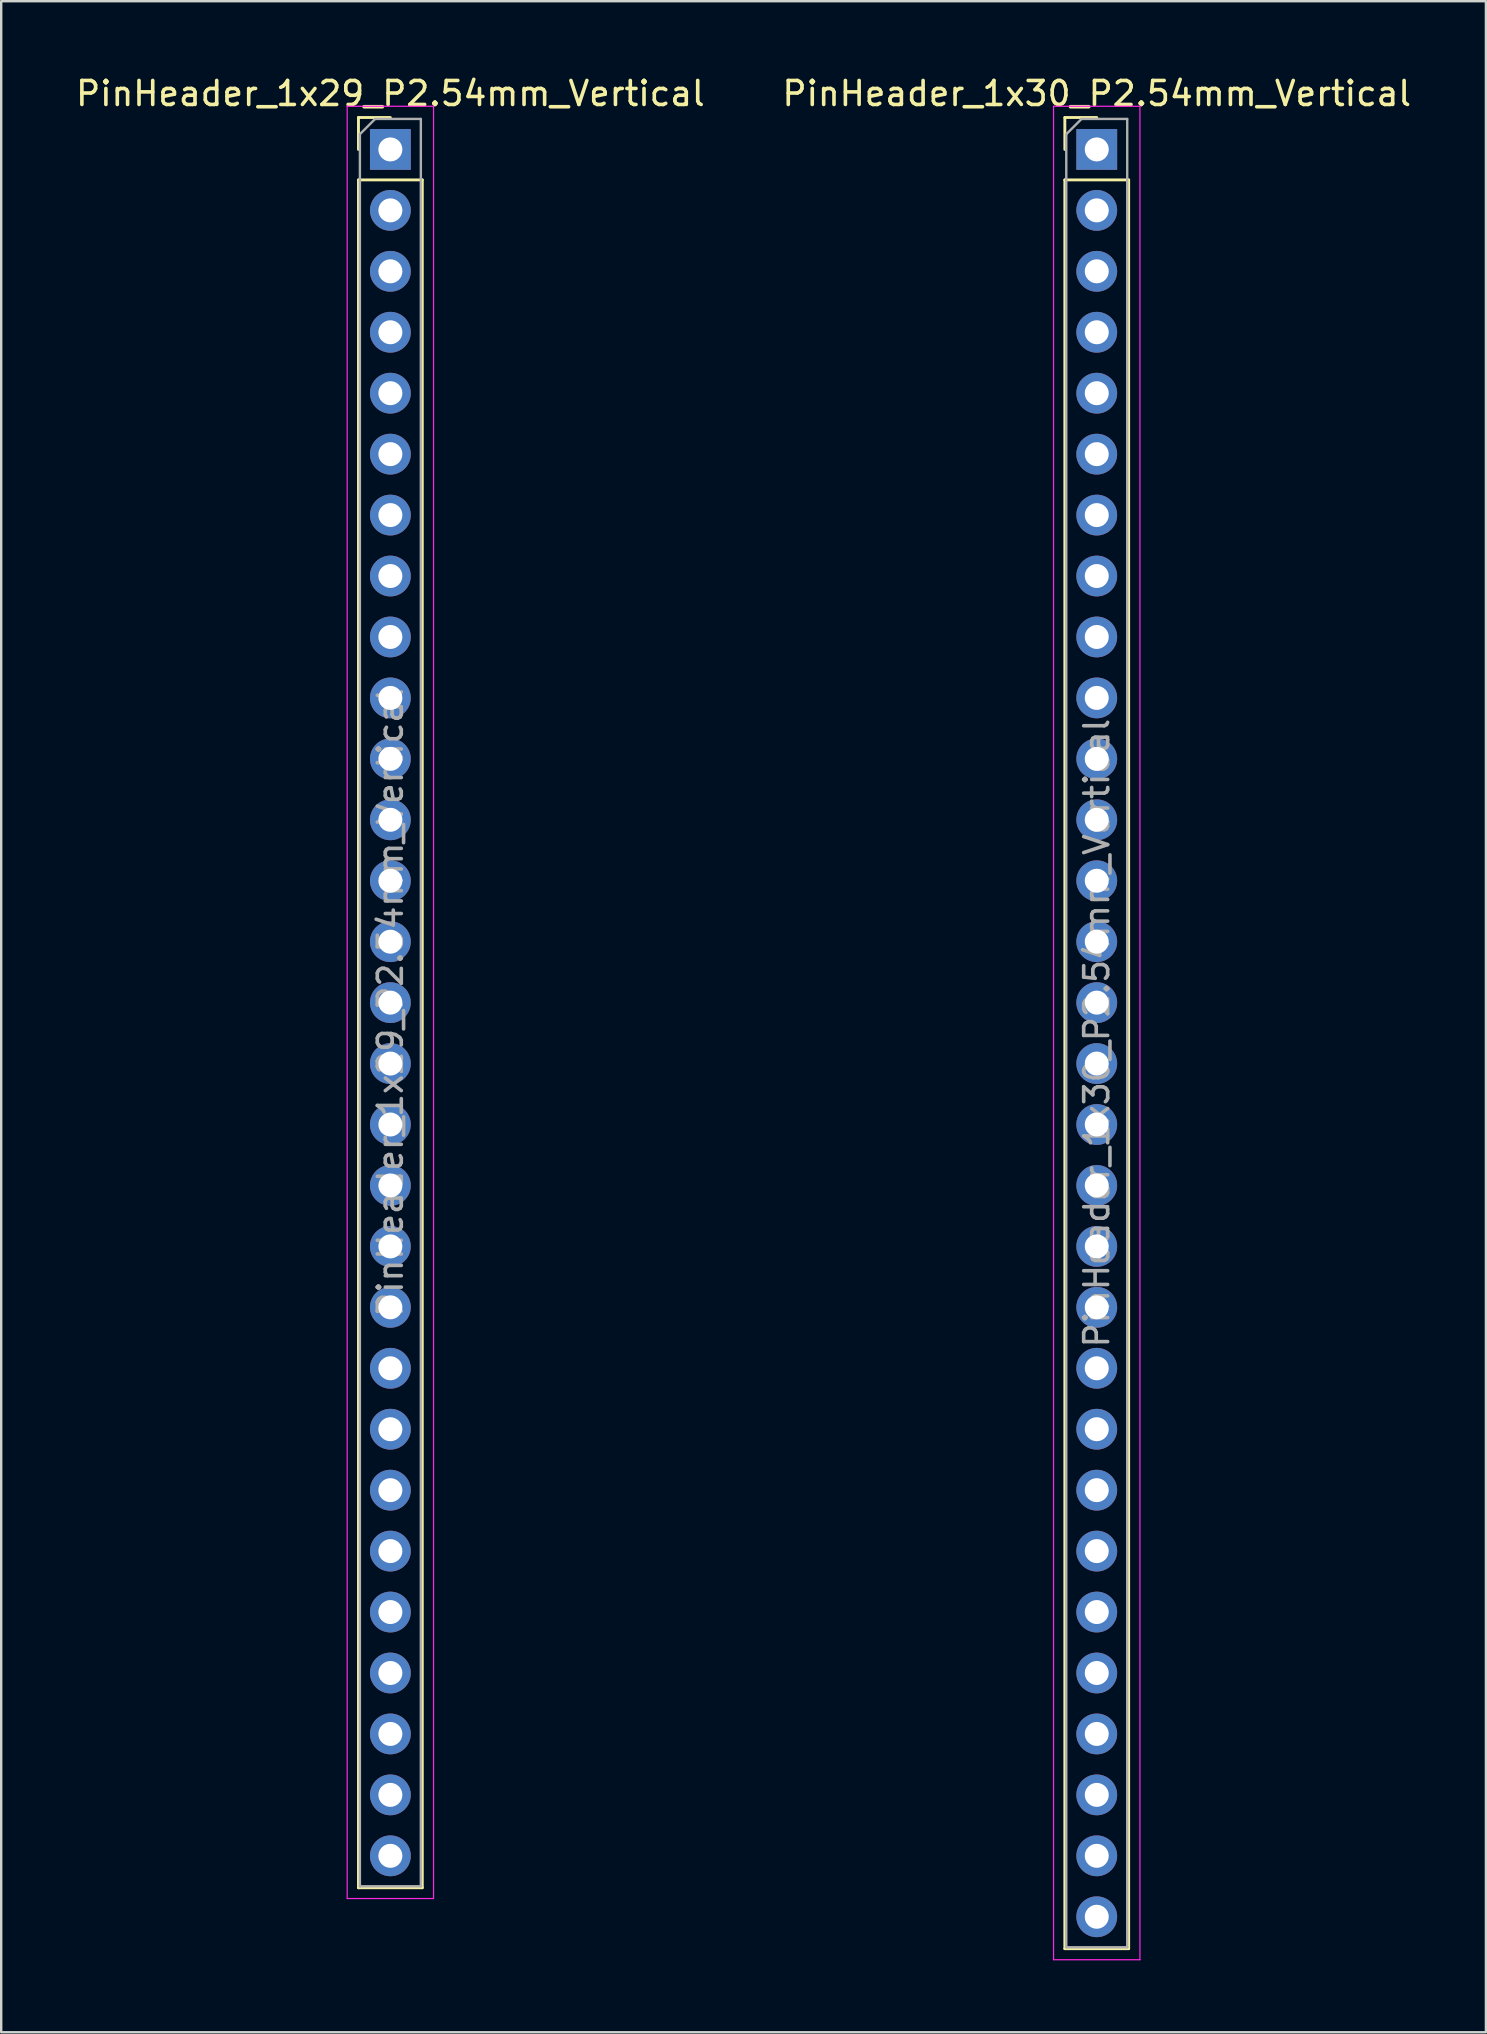
<source format=kicad_pcb>
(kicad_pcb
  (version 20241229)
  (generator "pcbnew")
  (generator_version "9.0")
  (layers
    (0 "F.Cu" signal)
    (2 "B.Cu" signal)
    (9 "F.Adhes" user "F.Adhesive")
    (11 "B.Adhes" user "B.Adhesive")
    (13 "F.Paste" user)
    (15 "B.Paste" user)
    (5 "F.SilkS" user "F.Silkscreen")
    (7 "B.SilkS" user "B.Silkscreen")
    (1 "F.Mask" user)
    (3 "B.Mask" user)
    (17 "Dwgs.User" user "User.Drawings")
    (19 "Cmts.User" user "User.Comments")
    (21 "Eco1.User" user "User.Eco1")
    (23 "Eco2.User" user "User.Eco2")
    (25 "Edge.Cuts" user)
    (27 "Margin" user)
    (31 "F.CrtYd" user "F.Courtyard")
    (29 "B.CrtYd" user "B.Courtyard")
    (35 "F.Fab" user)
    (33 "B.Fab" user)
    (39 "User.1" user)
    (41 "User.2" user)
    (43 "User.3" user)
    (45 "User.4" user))
  (footprint "PinHeader_1x30_P2.54mm_Vertical"
    (layer "F.Cu")
    (at 42.661 3.178)
    (property "Reference" "PinHeader_1x30_P2.54mm_Vertical" (at 0 -2.33 0) (layer "F.SilkS") (effects (font (size 1 1) (thickness 0.15))))
    (attr through_hole)
    (fp_line (start -1.33 -1.33) (end 0 -1.33) (stroke (width 0.12) (type solid)) (layer "F.SilkS"))
    (fp_line (start -1.33 0) (end -1.33 -1.33) (stroke (width 0.12) (type solid)) (layer "F.SilkS"))
    (fp_line (start -1.33 1.27) (end -1.33 74.99) (stroke (width 0.12) (type solid)) (layer "F.SilkS"))
    (fp_line (start -1.33 1.27) (end 1.33 1.27) (stroke (width 0.12) (type solid)) (layer "F.SilkS"))
    (fp_line (start -1.33 74.99) (end 1.33 74.99) (stroke (width 0.12) (type solid)) (layer "F.SilkS"))
    (fp_line (start 1.33 1.27) (end 1.33 74.99) (stroke (width 0.12) (type solid)) (layer "F.SilkS"))
    (fp_line (start -1.8 -1.8) (end -1.8 75.45) (stroke (width 0.05) (type solid)) (layer "F.CrtYd"))
    (fp_line (start -1.8 75.45) (end 1.8 75.45) (stroke (width 0.05) (type solid)) (layer "F.CrtYd"))
    (fp_line (start 1.8 -1.8) (end -1.8 -1.8) (stroke (width 0.05) (type solid)) (layer "F.CrtYd"))
    (fp_line (start 1.8 75.45) (end 1.8 -1.8) (stroke (width 0.05) (type solid)) (layer "F.CrtYd"))
    (fp_line (start -1.27 -0.635) (end -0.635 -1.27) (stroke (width 0.1) (type solid)) (layer "F.Fab"))
    (fp_line (start -1.27 74.93) (end -1.27 -0.635) (stroke (width 0.1) (type solid)) (layer "F.Fab"))
    (fp_line (start -0.635 -1.27) (end 1.27 -1.27) (stroke (width 0.1) (type solid)) (layer "F.Fab"))
    (fp_line (start 1.27 -1.27) (end 1.27 74.93) (stroke (width 0.1) (type solid)) (layer "F.Fab"))
    (fp_line (start 1.27 74.93) (end -1.27 74.93) (stroke (width 0.1) (type solid)) (layer "F.Fab"))
    (fp_text user "${REFERENCE}" (at 0 36.83 90) (layer "F.Fab") (effects (font (size 1 1) (thickness 0.15))))
    (pad "1" thru_hole rect (at 0 0) (size 1.7 1.7) (drill 1) (layers "*.Cu" "*.Mask"))
    (pad "2" thru_hole oval (at 0 2.54) (size 1.7 1.7) (drill 1) (layers "*.Cu" "*.Mask"))
    (pad "3" thru_hole oval (at 0 5.08) (size 1.7 1.7) (drill 1) (layers "*.Cu" "*.Mask"))
    (pad "4" thru_hole oval (at 0 7.62) (size 1.7 1.7) (drill 1) (layers "*.Cu" "*.Mask"))
    (pad "5" thru_hole oval (at 0 10.16) (size 1.7 1.7) (drill 1) (layers "*.Cu" "*.Mask"))
    (pad "6" thru_hole oval (at 0 12.7) (size 1.7 1.7) (drill 1) (layers "*.Cu" "*.Mask"))
    (pad "7" thru_hole oval (at 0 15.24) (size 1.7 1.7) (drill 1) (layers "*.Cu" "*.Mask"))
    (pad "8" thru_hole oval (at 0 17.78) (size 1.7 1.7) (drill 1) (layers "*.Cu" "*.Mask"))
    (pad "9" thru_hole oval (at 0 20.32) (size 1.7 1.7) (drill 1) (layers "*.Cu" "*.Mask"))
    (pad "10" thru_hole oval (at 0 22.86) (size 1.7 1.7) (drill 1) (layers "*.Cu" "*.Mask"))
    (pad "11" thru_hole oval (at 0 25.4) (size 1.7 1.7) (drill 1) (layers "*.Cu" "*.Mask"))
    (pad "12" thru_hole oval (at 0 27.94) (size 1.7 1.7) (drill 1) (layers "*.Cu" "*.Mask"))
    (pad "13" thru_hole oval (at 0 30.48) (size 1.7 1.7) (drill 1) (layers "*.Cu" "*.Mask"))
    (pad "14" thru_hole oval (at 0 33.02) (size 1.7 1.7) (drill 1) (layers "*.Cu" "*.Mask"))
    (pad "15" thru_hole oval (at 0 35.56) (size 1.7 1.7) (drill 1) (layers "*.Cu" "*.Mask"))
    (pad "16" thru_hole oval (at 0 38.1) (size 1.7 1.7) (drill 1) (layers "*.Cu" "*.Mask"))
    (pad "17" thru_hole oval (at 0 40.64) (size 1.7 1.7) (drill 1) (layers "*.Cu" "*.Mask"))
    (pad "18" thru_hole oval (at 0 43.18) (size 1.7 1.7) (drill 1) (layers "*.Cu" "*.Mask"))
    (pad "19" thru_hole oval (at 0 45.72) (size 1.7 1.7) (drill 1) (layers "*.Cu" "*.Mask"))
    (pad "20" thru_hole oval (at 0 48.26) (size 1.7 1.7) (drill 1) (layers "*.Cu" "*.Mask"))
    (pad "21" thru_hole oval (at 0 50.8) (size 1.7 1.7) (drill 1) (layers "*.Cu" "*.Mask"))
    (pad "22" thru_hole oval (at 0 53.34) (size 1.7 1.7) (drill 1) (layers "*.Cu" "*.Mask"))
    (pad "23" thru_hole oval (at 0 55.88) (size 1.7 1.7) (drill 1) (layers "*.Cu" "*.Mask"))
    (pad "24" thru_hole oval (at 0 58.42) (size 1.7 1.7) (drill 1) (layers "*.Cu" "*.Mask"))
    (pad "25" thru_hole oval (at 0 60.96) (size 1.7 1.7) (drill 1) (layers "*.Cu" "*.Mask"))
    (pad "26" thru_hole oval (at 0 63.5) (size 1.7 1.7) (drill 1) (layers "*.Cu" "*.Mask"))
    (pad "27" thru_hole oval (at 0 66.04) (size 1.7 1.7) (drill 1) (layers "*.Cu" "*.Mask"))
    (pad "28" thru_hole oval (at 0 68.58) (size 1.7 1.7) (drill 1) (layers "*.Cu" "*.Mask"))
    (pad "29" thru_hole oval (at 0 71.12) (size 1.7 1.7) (drill 1) (layers "*.Cu" "*.Mask"))
    (pad "30" thru_hole oval (at 0 73.66) (size 1.7 1.7) (drill 1) (layers "*.Cu" "*.Mask")))
  (footprint "PinHeader_1x29_P2.54mm_Vertical"
    (layer "F.Cu")
    (at 13.22 3.178)
    (property "Reference" "PinHeader_1x29_P2.54mm_Vertical" (at 0 -2.33 0) (layer "F.SilkS") (effects (font (size 1 1) (thickness 0.15))))
    (attr through_hole)
    (fp_line (start -1.33 -1.33) (end 0 -1.33) (stroke (width 0.12) (type solid)) (layer "F.SilkS"))
    (fp_line (start -1.33 0) (end -1.33 -1.33) (stroke (width 0.12) (type solid)) (layer "F.SilkS"))
    (fp_line (start -1.33 1.27) (end -1.33 72.45) (stroke (width 0.12) (type solid)) (layer "F.SilkS"))
    (fp_line (start -1.33 1.27) (end 1.33 1.27) (stroke (width 0.12) (type solid)) (layer "F.SilkS"))
    (fp_line (start -1.33 72.45) (end 1.33 72.45) (stroke (width 0.12) (type solid)) (layer "F.SilkS"))
    (fp_line (start 1.33 1.27) (end 1.33 72.45) (stroke (width 0.12) (type solid)) (layer "F.SilkS"))
    (fp_line (start -1.8 -1.8) (end -1.8 72.9) (stroke (width 0.05) (type solid)) (layer "F.CrtYd"))
    (fp_line (start -1.8 72.9) (end 1.8 72.9) (stroke (width 0.05) (type solid)) (layer "F.CrtYd"))
    (fp_line (start 1.8 -1.8) (end -1.8 -1.8) (stroke (width 0.05) (type solid)) (layer "F.CrtYd"))
    (fp_line (start 1.8 72.9) (end 1.8 -1.8) (stroke (width 0.05) (type solid)) (layer "F.CrtYd"))
    (fp_line (start -1.27 -0.635) (end -0.635 -1.27) (stroke (width 0.1) (type solid)) (layer "F.Fab"))
    (fp_line (start -1.27 72.39) (end -1.27 -0.635) (stroke (width 0.1) (type solid)) (layer "F.Fab"))
    (fp_line (start -0.635 -1.27) (end 1.27 -1.27) (stroke (width 0.1) (type solid)) (layer "F.Fab"))
    (fp_line (start 1.27 -1.27) (end 1.27 72.39) (stroke (width 0.1) (type solid)) (layer "F.Fab"))
    (fp_line (start 1.27 72.39) (end -1.27 72.39) (stroke (width 0.1) (type solid)) (layer "F.Fab"))
    (fp_text user "${REFERENCE}" (at 0 35.56 90) (layer "F.Fab") (effects (font (size 1 1) (thickness 0.15))))
    (pad "1" thru_hole rect (at 0 0) (size 1.7 1.7) (drill 1) (layers "*.Cu" "*.Mask"))
    (pad "2" thru_hole oval (at 0 2.54) (size 1.7 1.7) (drill 1) (layers "*.Cu" "*.Mask"))
    (pad "3" thru_hole oval (at 0 5.08) (size 1.7 1.7) (drill 1) (layers "*.Cu" "*.Mask"))
    (pad "4" thru_hole oval (at 0 7.62) (size 1.7 1.7) (drill 1) (layers "*.Cu" "*.Mask"))
    (pad "5" thru_hole oval (at 0 10.16) (size 1.7 1.7) (drill 1) (layers "*.Cu" "*.Mask"))
    (pad "6" thru_hole oval (at 0 12.7) (size 1.7 1.7) (drill 1) (layers "*.Cu" "*.Mask"))
    (pad "7" thru_hole oval (at 0 15.24) (size 1.7 1.7) (drill 1) (layers "*.Cu" "*.Mask"))
    (pad "8" thru_hole oval (at 0 17.78) (size 1.7 1.7) (drill 1) (layers "*.Cu" "*.Mask"))
    (pad "9" thru_hole oval (at 0 20.32) (size 1.7 1.7) (drill 1) (layers "*.Cu" "*.Mask"))
    (pad "10" thru_hole oval (at 0 22.86) (size 1.7 1.7) (drill 1) (layers "*.Cu" "*.Mask"))
    (pad "11" thru_hole oval (at 0 25.4) (size 1.7 1.7) (drill 1) (layers "*.Cu" "*.Mask"))
    (pad "12" thru_hole oval (at 0 27.94) (size 1.7 1.7) (drill 1) (layers "*.Cu" "*.Mask"))
    (pad "13" thru_hole oval (at 0 30.48) (size 1.7 1.7) (drill 1) (layers "*.Cu" "*.Mask"))
    (pad "14" thru_hole oval (at 0 33.02) (size 1.7 1.7) (drill 1) (layers "*.Cu" "*.Mask"))
    (pad "15" thru_hole oval (at 0 35.56) (size 1.7 1.7) (drill 1) (layers "*.Cu" "*.Mask"))
    (pad "16" thru_hole oval (at 0 38.1) (size 1.7 1.7) (drill 1) (layers "*.Cu" "*.Mask"))
    (pad "17" thru_hole oval (at 0 40.64) (size 1.7 1.7) (drill 1) (layers "*.Cu" "*.Mask"))
    (pad "18" thru_hole oval (at 0 43.18) (size 1.7 1.7) (drill 1) (layers "*.Cu" "*.Mask"))
    (pad "19" thru_hole oval (at 0 45.72) (size 1.7 1.7) (drill 1) (layers "*.Cu" "*.Mask"))
    (pad "20" thru_hole oval (at 0 48.26) (size 1.7 1.7) (drill 1) (layers "*.Cu" "*.Mask"))
    (pad "21" thru_hole oval (at 0 50.8) (size 1.7 1.7) (drill 1) (layers "*.Cu" "*.Mask"))
    (pad "22" thru_hole oval (at 0 53.34) (size 1.7 1.7) (drill 1) (layers "*.Cu" "*.Mask"))
    (pad "23" thru_hole oval (at 0 55.88) (size 1.7 1.7) (drill 1) (layers "*.Cu" "*.Mask"))
    (pad "24" thru_hole oval (at 0 58.42) (size 1.7 1.7) (drill 1) (layers "*.Cu" "*.Mask"))
    (pad "25" thru_hole oval (at 0 60.96) (size 1.7 1.7) (drill 1) (layers "*.Cu" "*.Mask"))
    (pad "26" thru_hole oval (at 0 63.5) (size 1.7 1.7) (drill 1) (layers "*.Cu" "*.Mask"))
    (pad "27" thru_hole oval (at 0 66.04) (size 1.7 1.7) (drill 1) (layers "*.Cu" "*.Mask"))
    (pad "28" thru_hole oval (at 0 68.58) (size 1.7 1.7) (drill 1) (layers "*.Cu" "*.Mask"))
    (pad "29" thru_hole oval (at 0 71.12) (size 1.7 1.7) (drill 1) (layers "*.Cu" "*.Mask")))
  (gr_rect
    (start -3 -3)
    (end 58.881 81.653)
    (stroke (width 0.1) (type default))
    (fill no)
    (layer "Edge.Cuts")))
</source>
